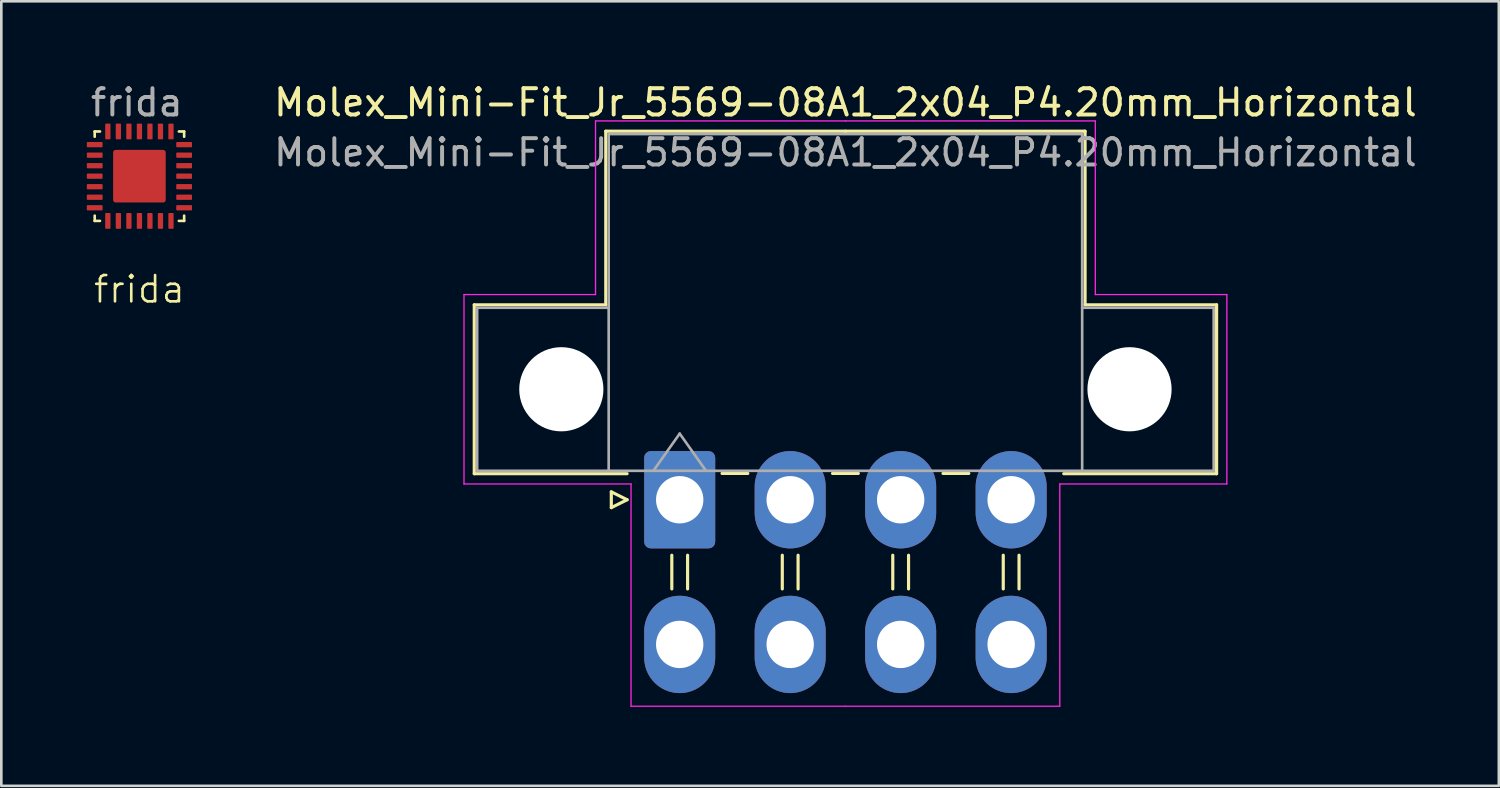
<source format=kicad_pcb>
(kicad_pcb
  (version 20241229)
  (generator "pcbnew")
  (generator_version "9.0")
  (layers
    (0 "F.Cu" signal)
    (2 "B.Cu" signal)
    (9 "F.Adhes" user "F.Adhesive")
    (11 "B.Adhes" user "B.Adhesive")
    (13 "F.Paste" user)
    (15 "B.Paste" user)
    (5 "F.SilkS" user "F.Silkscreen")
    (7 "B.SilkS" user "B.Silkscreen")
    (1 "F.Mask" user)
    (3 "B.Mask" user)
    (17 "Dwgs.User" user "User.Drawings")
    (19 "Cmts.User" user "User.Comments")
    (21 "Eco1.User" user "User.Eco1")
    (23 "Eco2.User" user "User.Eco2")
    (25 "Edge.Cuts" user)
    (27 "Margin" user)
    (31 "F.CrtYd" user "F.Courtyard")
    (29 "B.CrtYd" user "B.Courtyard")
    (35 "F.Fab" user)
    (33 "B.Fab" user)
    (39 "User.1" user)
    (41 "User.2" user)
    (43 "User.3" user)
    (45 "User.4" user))
  (footprint "Molex_Mini-Fit_Jr_5569-08A1_2x04_P4.20mm_Horizontal"
    (layer "F.Cu")
    (at 22.789 15.948)
    (property "Reference" "Molex_Mini-Fit_Jr_5569-08A1_2x04_P4.20mm_Horizontal" (at 6.3 -15.1 0) (layer "F.SilkS") (effects (font (size 1 1) (thickness 0.15))))
    (attr through_hole)
    (fp_line (start -7.81 -7.41) (end -7.81 -0.99) (stroke (width 0.12) (type solid)) (layer "F.SilkS"))
    (fp_line (start -7.81 -0.99) (end -2 -0.99) (stroke (width 0.12) (type solid)) (layer "F.SilkS"))
    (fp_line (start -2.81 -14.01) (end -2.81 -7.41) (stroke (width 0.12) (type solid)) (layer "F.SilkS"))
    (fp_line (start -2.81 -7.41) (end -7.81 -7.41) (stroke (width 0.12) (type solid)) (layer "F.SilkS"))
    (fp_line (start -2.6 -0.3) (end -2 0) (stroke (width 0.12) (type solid)) (layer "F.SilkS"))
    (fp_line (start -2.6 0.3) (end -2.6 -0.3) (stroke (width 0.12) (type solid)) (layer "F.SilkS"))
    (fp_line (start -2 0) (end -2.6 0.3) (stroke (width 0.12) (type solid)) (layer "F.SilkS"))
    (fp_line (start -0.3 2.11) (end -0.3 3.39) (stroke (width 0.12) (type solid)) (layer "F.SilkS"))
    (fp_line (start 0.3 2.11) (end 0.3 3.39) (stroke (width 0.12) (type solid)) (layer "F.SilkS"))
    (fp_line (start 1.61 -1) (end 2.59 -1) (stroke (width 0.12) (type solid)) (layer "F.SilkS"))
    (fp_line (start 3.9 2.11) (end 3.9 3.39) (stroke (width 0.12) (type solid)) (layer "F.SilkS"))
    (fp_line (start 4.5 2.11) (end 4.5 3.39) (stroke (width 0.12) (type solid)) (layer "F.SilkS"))
    (fp_line (start 5.81 -1) (end 6.79 -1) (stroke (width 0.12) (type solid)) (layer "F.SilkS"))
    (fp_line (start 6.3 -14.01) (end -2.81 -14.01) (stroke (width 0.12) (type solid)) (layer "F.SilkS"))
    (fp_line (start 6.3 -14.01) (end 15.41 -14.01) (stroke (width 0.12) (type solid)) (layer "F.SilkS"))
    (fp_line (start 8.1 2.11) (end 8.1 3.39) (stroke (width 0.12) (type solid)) (layer "F.SilkS"))
    (fp_line (start 8.7 2.11) (end 8.7 3.39) (stroke (width 0.12) (type solid)) (layer "F.SilkS"))
    (fp_line (start 10.01 -1) (end 10.99 -1) (stroke (width 0.12) (type solid)) (layer "F.SilkS"))
    (fp_line (start 12.3 2.11) (end 12.3 3.39) (stroke (width 0.12) (type solid)) (layer "F.SilkS"))
    (fp_line (start 12.9 2.11) (end 12.9 3.39) (stroke (width 0.12) (type solid)) (layer "F.SilkS"))
    (fp_line (start 15.41 -14.01) (end 15.41 -7.41) (stroke (width 0.12) (type solid)) (layer "F.SilkS"))
    (fp_line (start 15.41 -7.41) (end 20.41 -7.41) (stroke (width 0.12) (type solid)) (layer "F.SilkS"))
    (fp_line (start 20.41 -7.41) (end 20.41 -0.99) (stroke (width 0.12) (type solid)) (layer "F.SilkS"))
    (fp_line (start 20.41 -0.99) (end 14.6 -0.99) (stroke (width 0.12) (type solid)) (layer "F.SilkS"))
    (fp_line (start -8.2 -7.8) (end -8.2 -0.6) (stroke (width 0.05) (type solid)) (layer "F.CrtYd"))
    (fp_line (start -8.2 -0.6) (end -1.85 -0.6) (stroke (width 0.05) (type solid)) (layer "F.CrtYd"))
    (fp_line (start -3.2 -14.4) (end -3.2 -7.8) (stroke (width 0.05) (type solid)) (layer "F.CrtYd"))
    (fp_line (start -3.2 -7.8) (end -8.2 -7.8) (stroke (width 0.05) (type solid)) (layer "F.CrtYd"))
    (fp_line (start -1.85 -0.6) (end -1.85 7.85) (stroke (width 0.05) (type solid)) (layer "F.CrtYd"))
    (fp_line (start -1.85 7.85) (end 6.3 7.85) (stroke (width 0.05) (type solid)) (layer "F.CrtYd"))
    (fp_line (start 6.3 -14.4) (end -3.2 -14.4) (stroke (width 0.05) (type solid)) (layer "F.CrtYd"))
    (fp_line (start 6.3 -14.4) (end 15.8 -14.4) (stroke (width 0.05) (type solid)) (layer "F.CrtYd"))
    (fp_line (start 14.45 -0.6) (end 14.45 7.85) (stroke (width 0.05) (type solid)) (layer "F.CrtYd"))
    (fp_line (start 14.45 7.85) (end 6.3 7.85) (stroke (width 0.05) (type solid)) (layer "F.CrtYd"))
    (fp_line (start 15.8 -14.4) (end 15.8 -7.8) (stroke (width 0.05) (type solid)) (layer "F.CrtYd"))
    (fp_line (start 15.8 -7.8) (end 20.8 -7.8) (stroke (width 0.05) (type solid)) (layer "F.CrtYd"))
    (fp_line (start 20.8 -7.8) (end 20.8 -0.6) (stroke (width 0.05) (type solid)) (layer "F.CrtYd"))
    (fp_line (start 20.8 -0.6) (end 14.45 -0.6) (stroke (width 0.05) (type solid)) (layer "F.CrtYd"))
    (fp_line (start -7.7 -7.3) (end -7.7 -1.1) (stroke (width 0.1) (type solid)) (layer "F.Fab"))
    (fp_line (start -7.7 -1.1) (end -2.7 -1.1) (stroke (width 0.1) (type solid)) (layer "F.Fab"))
    (fp_line (start -2.7 -13.9) (end -2.7 -1.1) (stroke (width 0.1) (type solid)) (layer "F.Fab"))
    (fp_line (start -2.7 -7.3) (end -7.7 -7.3) (stroke (width 0.1) (type solid)) (layer "F.Fab"))
    (fp_line (start -2.7 -1.1) (end 15.3 -1.1) (stroke (width 0.1) (type solid)) (layer "F.Fab"))
    (fp_line (start -1 -1.1) (end 0 -2.514) (stroke (width 0.1) (type solid)) (layer "F.Fab"))
    (fp_line (start 0 -2.514) (end 1 -1.1) (stroke (width 0.1) (type solid)) (layer "F.Fab"))
    (fp_line (start 15.3 -13.9) (end -2.7 -13.9) (stroke (width 0.1) (type solid)) (layer "F.Fab"))
    (fp_line (start 15.3 -7.3) (end 20.3 -7.3) (stroke (width 0.1) (type solid)) (layer "F.Fab"))
    (fp_line (start 15.3 -1.1) (end 15.3 -13.9) (stroke (width 0.1) (type solid)) (layer "F.Fab"))
    (fp_line (start 20.3 -7.3) (end 20.3 -1.1) (stroke (width 0.1) (type solid)) (layer "F.Fab"))
    (fp_line (start 20.3 -1.1) (end 15.3 -1.1) (stroke (width 0.1) (type solid)) (layer "F.Fab"))
    (fp_text user "${REFERENCE}" (at 6.3 -13.2 0) (layer "F.Fab") (effects (font (size 1 1) (thickness 0.15))))
    (pad "" np_thru_hole circle (at -4.5 -4.2) (size 3.2 3.2) (drill 3.2) (layers "*.Cu" "*.Mask"))
    (pad "" np_thru_hole circle (at 17.1 -4.2) (size 3.2 3.2) (drill 3.2) (layers "*.Cu" "*.Mask"))
    (pad "1" thru_hole roundrect (at 0 0) (size 2.7 3.7) (drill 1.8) (layers "*.Cu" "*.Mask") (roundrect_rratio 0.093))
    (pad "2" thru_hole oval (at 4.2 0) (size 2.7 3.7) (drill 1.8) (layers "*.Cu" "*.Mask"))
    (pad "3" thru_hole oval (at 8.4 0) (size 2.7 3.7) (drill 1.8) (layers "*.Cu" "*.Mask"))
    (pad "4" thru_hole oval (at 12.6 0) (size 2.7 3.7) (drill 1.8) (layers "*.Cu" "*.Mask"))
    (pad "5" thru_hole oval (at 0 5.5) (size 2.7 3.7) (drill 1.8) (layers "*.Cu" "*.Mask"))
    (pad "6" thru_hole oval (at 4.2 5.5) (size 2.7 3.7) (drill 1.8) (layers "*.Cu" "*.Mask"))
    (pad "7" thru_hole oval (at 8.4 5.5) (size 2.7 3.7) (drill 1.8) (layers "*.Cu" "*.Mask"))
    (pad "8" thru_hole oval (at 12.6 5.5) (size 2.7 3.7) (drill 1.8) (layers "*.Cu" "*.Mask")))
  (footprint "frida"
    (layer "F.Cu")
    (at 0.25 5.648)
    (property "Reference" "frida" (at 2 2.3 0) (unlocked yes) (layer "F.SilkS") (effects (font (size 1 1) (thickness 0.1))))
    (attr smd)
    (fp_rect (start 1.1 -2.9) (end 2.9 -1.1) (stroke (width 0.2) (type solid)) (fill yes) (layer "F.Cu"))
    (fp_line (start 0.3 -3.7) (end 0.5 -3.7) (stroke (width 0.1) (type default)) (layer "F.SilkS"))
    (fp_line (start 0.3 -3.5) (end 0.3 -3.7) (stroke (width 0.1) (type default)) (layer "F.SilkS"))
    (fp_line (start 0.3 -0.5) (end 0.3 -0.3) (stroke (width 0.1) (type default)) (layer "F.SilkS"))
    (fp_line (start 0.3 -0.3) (end 0.5 -0.3) (stroke (width 0.1) (type default)) (layer "F.SilkS"))
    (fp_line (start 3.5 -3.7) (end 3.7 -3.7) (stroke (width 0.1) (type default)) (layer "F.SilkS"))
    (fp_line (start 3.5 -0.3) (end 3.7 -0.3) (stroke (width 0.1) (type default)) (layer "F.SilkS"))
    (fp_line (start 3.7 -3.7) (end 3.7 -3.5) (stroke (width 0.1) (type default)) (layer "F.SilkS"))
    (fp_line (start 3.7 -0.3) (end 3.7 -0.5) (stroke (width 0.1) (type default)) (layer "F.SilkS"))
    (fp_text user "${REFERENCE}" (at 1.9 -4.8 0) (unlocked yes) (layer "F.Fab") (effects (font (size 1 1) (thickness 0.15))))
    (pad "1" smd roundrect (at 0.3 -3.2) (size 0.6 0.2) (layers "F.Cu" "F.Mask" "F.Paste") (roundrect_rratio 0.15))
    (pad "2" smd roundrect (at 0.3 -2.8) (size 0.6 0.2) (layers "F.Cu" "F.Mask" "F.Paste") (roundrect_rratio 0.15))
    (pad "3" smd roundrect (at 0.3 -2.4) (size 0.6 0.2) (layers "F.Cu" "F.Mask" "F.Paste") (roundrect_rratio 0.15))
    (pad "4" smd roundrect (at 0.3 -2) (size 0.6 0.2) (layers "F.Cu" "F.Mask" "F.Paste") (roundrect_rratio 0.15))
    (pad "5" smd roundrect (at 0.3 -1.6) (size 0.6 0.2) (layers "F.Cu" "F.Mask" "F.Paste") (roundrect_rratio 0.15))
    (pad "6" smd roundrect (at 0.3 -1.2) (size 0.6 0.2) (layers "F.Cu" "F.Mask" "F.Paste") (roundrect_rratio 0.15))
    (pad "7" smd roundrect (at 0.3 -0.8) (size 0.6 0.2) (layers "F.Cu" "F.Mask" "F.Paste") (roundrect_rratio 0.15))
    (pad "8" smd roundrect (at 0.8 -0.3 90) (size 0.6 0.2) (layers "F.Cu" "F.Mask" "F.Paste") (roundrect_rratio 0.15))
    (pad "9" smd roundrect (at 1.2 -0.3 90) (size 0.6 0.2) (layers "F.Cu" "F.Mask" "F.Paste") (roundrect_rratio 0.15))
    (pad "10" smd roundrect (at 1.6 -0.3 90) (size 0.6 0.2) (layers "F.Cu" "F.Mask" "F.Paste") (roundrect_rratio 0.15))
    (pad "11" smd roundrect (at 2 -0.3 90) (size 0.6 0.2) (layers "F.Cu" "F.Mask" "F.Paste") (roundrect_rratio 0.15))
    (pad "12" smd roundrect (at 2.4 -0.3 90) (size 0.6 0.2) (layers "F.Cu" "F.Mask" "F.Paste") (roundrect_rratio 0.15))
    (pad "13" smd roundrect (at 2.8 -0.3 90) (size 0.6 0.2) (layers "F.Cu" "F.Mask" "F.Paste") (roundrect_rratio 0.15))
    (pad "14" smd roundrect (at 3.2 -0.3 90) (size 0.6 0.2) (layers "F.Cu" "F.Mask" "F.Paste") (roundrect_rratio 0.15))
    (pad "15" smd roundrect (at 3.7 -0.8) (size 0.6 0.2) (layers "F.Cu" "F.Mask" "F.Paste") (roundrect_rratio 0.15))
    (pad "16" smd roundrect (at 3.7 -1.2) (size 0.6 0.2) (layers "F.Cu" "F.Mask" "F.Paste") (roundrect_rratio 0.15))
    (pad "17" smd roundrect (at 3.7 -1.6) (size 0.6 0.2) (layers "F.Cu" "F.Mask" "F.Paste") (roundrect_rratio 0.15))
    (pad "18" smd roundrect (at 3.7 -2) (size 0.6 0.2) (layers "F.Cu" "F.Mask" "F.Paste") (roundrect_rratio 0.15))
    (pad "19" smd roundrect (at 3.7 -2.4) (size 0.6 0.2) (layers "F.Cu" "F.Mask" "F.Paste") (roundrect_rratio 0.15))
    (pad "20" smd roundrect (at 3.7 -2.8) (size 0.6 0.2) (layers "F.Cu" "F.Mask" "F.Paste") (roundrect_rratio 0.15))
    (pad "21" smd roundrect (at 3.7 -3.2) (size 0.6 0.2) (layers "F.Cu" "F.Mask" "F.Paste") (roundrect_rratio 0.15))
    (pad "22" smd roundrect (at 3.2 -3.7 90) (size 0.6 0.2) (layers "F.Cu" "F.Mask" "F.Paste") (roundrect_rratio 0.15))
    (pad "23" smd roundrect (at 2.8 -3.7 90) (size 0.6 0.2) (layers "F.Cu" "F.Mask" "F.Paste") (roundrect_rratio 0.15))
    (pad "24" smd roundrect (at 2.4 -3.7 90) (size 0.6 0.2) (layers "F.Cu" "F.Mask" "F.Paste") (roundrect_rratio 0.15))
    (pad "25" smd roundrect (at 2 -3.7 90) (size 0.6 0.2) (layers "F.Cu" "F.Mask" "F.Paste") (roundrect_rratio 0.15))
    (pad "26" smd roundrect (at 1.6 -3.7 90) (size 0.6 0.2) (layers "F.Cu" "F.Mask" "F.Paste") (roundrect_rratio 0.15))
    (pad "27" smd roundrect (at 1.2 -3.7 90) (size 0.6 0.2) (layers "F.Cu" "F.Mask" "F.Paste") (roundrect_rratio 0.15))
    (pad "28" smd roundrect (at 0.8 -3.7 90) (size 0.6 0.2) (layers "F.Cu" "F.Mask" "F.Paste") (roundrect_rratio 0.15)))
  (gr_rect
    (start -3 -3)
    (end 53.929 26.823)
    (stroke (width 0.1) (type default))
    (fill no)
    (layer "Edge.Cuts")))
</source>
